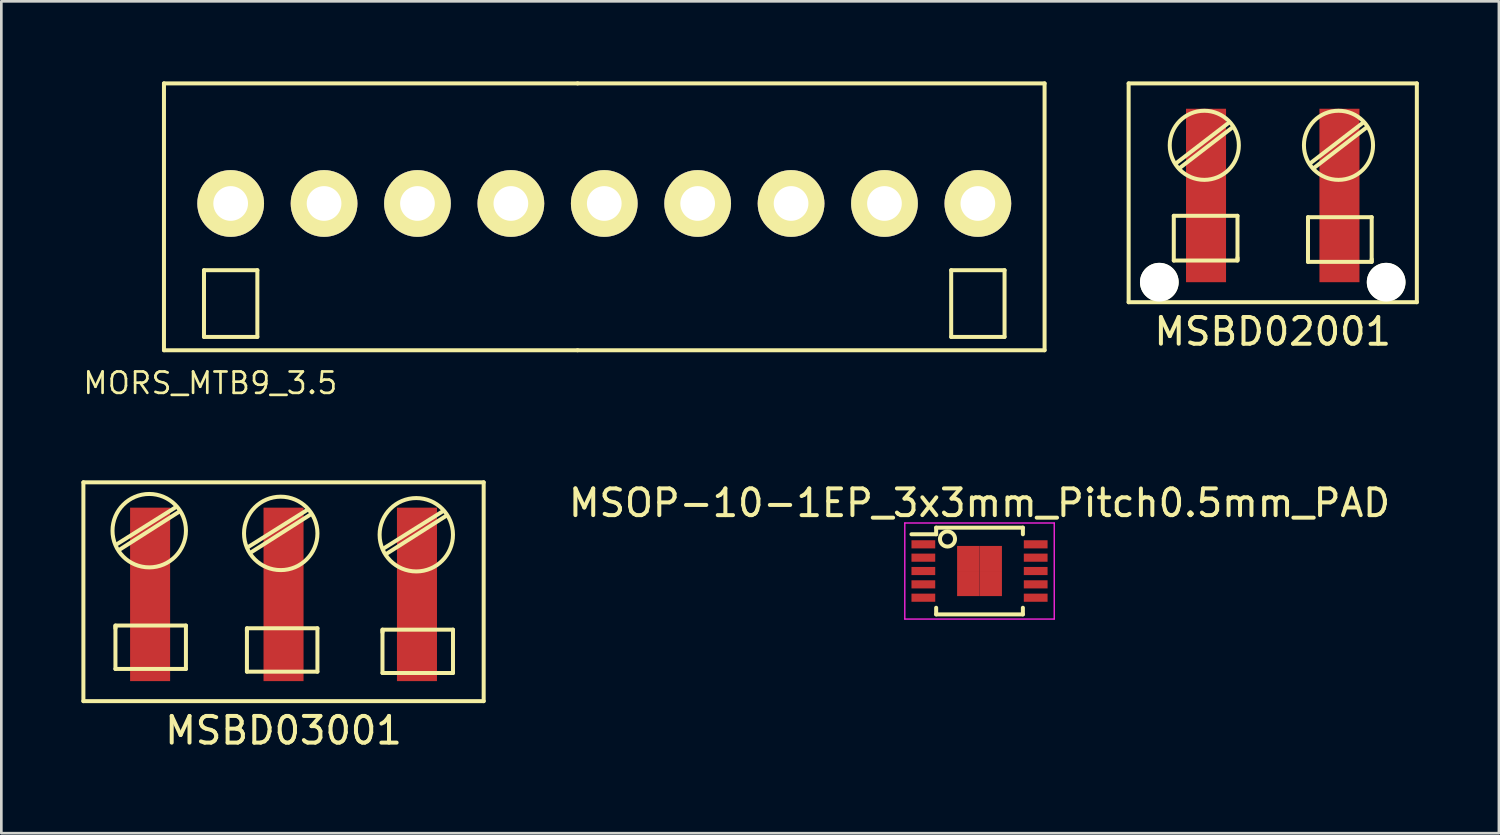
<source format=kicad_pcb>
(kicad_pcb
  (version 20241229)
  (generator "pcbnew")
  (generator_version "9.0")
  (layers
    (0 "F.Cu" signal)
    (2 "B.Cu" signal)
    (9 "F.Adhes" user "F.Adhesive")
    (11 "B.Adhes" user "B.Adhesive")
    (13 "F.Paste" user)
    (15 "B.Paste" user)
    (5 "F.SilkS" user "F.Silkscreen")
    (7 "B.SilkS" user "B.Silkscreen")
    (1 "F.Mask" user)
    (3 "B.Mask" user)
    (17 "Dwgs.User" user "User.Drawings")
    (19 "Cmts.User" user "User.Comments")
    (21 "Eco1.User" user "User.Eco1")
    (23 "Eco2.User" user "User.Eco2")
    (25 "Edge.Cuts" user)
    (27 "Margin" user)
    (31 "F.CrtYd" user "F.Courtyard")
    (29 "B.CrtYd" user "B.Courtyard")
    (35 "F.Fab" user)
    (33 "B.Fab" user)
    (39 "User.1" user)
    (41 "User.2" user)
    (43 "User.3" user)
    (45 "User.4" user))
  (footprint "MSBD02001"
    (layer "F.Cu")
    (at 44.644 4.275)
    (property "Reference" "MSBD02001" (at 0 5.1 0) (layer "F.SilkS") (effects (font (size 1 1) (thickness 0.15))))
    (attr through_hole)
    (fp_line (start -5.4 -4.2) (end 5.4 -4.2) (stroke (width 0.15) (type solid)) (layer "F.SilkS"))
    (fp_line (start -5.4 4) (end -5.4 -4.2) (stroke (width 0.15) (type solid)) (layer "F.SilkS"))
    (fp_line (start -3.708 0.762) (end -3.708 2.438) (stroke (width 0.15) (type solid)) (layer "F.SilkS"))
    (fp_line (start -3.708 2.438) (end -1.321 2.438) (stroke (width 0.15) (type solid)) (layer "F.SilkS"))
    (fp_line (start -3.607 -1.219) (end -1.626 -2.743) (stroke (width 0.15) (type solid)) (layer "F.SilkS"))
    (fp_line (start -3.505 -1.016) (end -1.524 -2.54) (stroke (width 0.15) (type solid)) (layer "F.SilkS"))
    (fp_line (start -1.321 0.762) (end -3.708 0.762) (stroke (width 0.15) (type solid)) (layer "F.SilkS"))
    (fp_line (start -1.321 2.388) (end -1.321 0.762) (stroke (width 0.15) (type solid)) (layer "F.SilkS"))
    (fp_line (start -1.321 2.438) (end -1.321 2.337) (stroke (width 0.15) (type solid)) (layer "F.SilkS"))
    (fp_line (start 1.321 0.813) (end 1.321 2.489) (stroke (width 0.15) (type solid)) (layer "F.SilkS"))
    (fp_line (start 1.321 2.489) (end 3.708 2.489) (stroke (width 0.15) (type solid)) (layer "F.SilkS"))
    (fp_line (start 1.422 -1.219) (end 3.404 -2.743) (stroke (width 0.15) (type solid)) (layer "F.SilkS"))
    (fp_line (start 1.524 -1.016) (end 3.505 -2.54) (stroke (width 0.15) (type solid)) (layer "F.SilkS"))
    (fp_line (start 3.708 0.813) (end 1.321 0.813) (stroke (width 0.15) (type solid)) (layer "F.SilkS"))
    (fp_line (start 3.708 2.438) (end 3.708 0.813) (stroke (width 0.15) (type solid)) (layer "F.SilkS"))
    (fp_line (start 3.708 2.489) (end 3.708 2.388) (stroke (width 0.15) (type solid)) (layer "F.SilkS"))
    (fp_line (start 5.4 -4.2) (end 5.4 4) (stroke (width 0.15) (type solid)) (layer "F.SilkS"))
    (fp_line (start 5.4 4) (end -5.4 4) (stroke (width 0.15) (type solid)) (layer "F.SilkS"))
    (fp_circle (center -2.565 -1.88) (end -1.397 -1.321) (stroke (width 0.15) (type solid)) (fill no) (layer "F.SilkS"))
    (fp_circle (center 2.464 -1.88) (end 3.632 -1.321) (stroke (width 0.15) (type solid)) (fill no) (layer "F.SilkS"))
    (pad "" np_thru_hole circle (at -4.25 3.25) (size 1.45 1.45) (drill 1.45) (layers "*.Cu" "*.Mask" "F.SilkS"))
    (pad "" np_thru_hole circle (at 4.25 3.25) (size 1.45 1.45) (drill 1.45) (layers "*.Cu" "*.Mask" "F.SilkS"))
    (pad "1" smd rect (at 2.5 0) (size 1.5 6.5) (layers "F.Cu" "F.Mask" "F.Paste"))
    (pad "2" smd rect (at -2.5 0) (size 1.5 6.5) (layers "F.Cu" "F.Mask" "F.Paste")))
  (footprint "MSBD03001"
    (layer "F.Cu")
    (at 7.575 19.224)
    (property "Reference" "MSBD03001" (at 0 5.1 0) (layer "F.SilkS") (effects (font (size 1 1) (thickness 0.15))))
    (attr through_hole)
    (fp_line (start -7.5 -4.2) (end 7.5 -4.2) (stroke (width 0.15) (type solid)) (layer "F.SilkS"))
    (fp_line (start -7.5 4) (end -7.5 -4.2) (stroke (width 0.15) (type solid)) (layer "F.SilkS"))
    (fp_line (start -6.299 1.168) (end -6.299 1.27) (stroke (width 0.15) (type solid)) (layer "F.SilkS"))
    (fp_line (start -6.299 1.219) (end -6.299 2.794) (stroke (width 0.15) (type solid)) (layer "F.SilkS"))
    (fp_line (start -6.299 2.794) (end -3.658 2.794) (stroke (width 0.15) (type solid)) (layer "F.SilkS"))
    (fp_line (start -6.248 -1.88) (end -4.064 -3.251) (stroke (width 0.15) (type solid)) (layer "F.SilkS"))
    (fp_line (start -6.147 -1.676) (end -3.912 -3.099) (stroke (width 0.15) (type solid)) (layer "F.SilkS"))
    (fp_line (start -3.658 1.168) (end -6.299 1.168) (stroke (width 0.15) (type solid)) (layer "F.SilkS"))
    (fp_line (start -3.658 2.794) (end -3.658 1.168) (stroke (width 0.15) (type solid)) (layer "F.SilkS"))
    (fp_line (start -1.372 1.27) (end -1.372 1.372) (stroke (width 0.15) (type solid)) (layer "F.SilkS"))
    (fp_line (start -1.372 1.321) (end -1.372 2.896) (stroke (width 0.15) (type solid)) (layer "F.SilkS"))
    (fp_line (start -1.372 2.896) (end 1.27 2.896) (stroke (width 0.15) (type solid)) (layer "F.SilkS"))
    (fp_line (start -1.321 -1.778) (end 0.864 -3.15) (stroke (width 0.15) (type solid)) (layer "F.SilkS"))
    (fp_line (start -1.219 -1.575) (end 1.016 -2.997) (stroke (width 0.15) (type solid)) (layer "F.SilkS"))
    (fp_line (start 1.27 1.27) (end -1.372 1.27) (stroke (width 0.15) (type solid)) (layer "F.SilkS"))
    (fp_line (start 1.27 2.896) (end 1.27 1.27) (stroke (width 0.15) (type solid)) (layer "F.SilkS"))
    (fp_line (start 3.708 1.321) (end 3.708 1.422) (stroke (width 0.15) (type solid)) (layer "F.SilkS"))
    (fp_line (start 3.708 1.372) (end 3.708 2.946) (stroke (width 0.15) (type solid)) (layer "F.SilkS"))
    (fp_line (start 3.708 2.946) (end 6.35 2.946) (stroke (width 0.15) (type solid)) (layer "F.SilkS"))
    (fp_line (start 3.759 -1.727) (end 5.944 -3.099) (stroke (width 0.15) (type solid)) (layer "F.SilkS"))
    (fp_line (start 3.861 -1.524) (end 6.096 -2.946) (stroke (width 0.15) (type solid)) (layer "F.SilkS"))
    (fp_line (start 6.35 1.321) (end 3.708 1.321) (stroke (width 0.15) (type solid)) (layer "F.SilkS"))
    (fp_line (start 6.35 2.946) (end 6.35 1.321) (stroke (width 0.15) (type solid)) (layer "F.SilkS"))
    (fp_line (start 7.5 -4.2) (end 7.5 4) (stroke (width 0.15) (type solid)) (layer "F.SilkS"))
    (fp_line (start 7.5 4) (end -7.5 4) (stroke (width 0.15) (type solid)) (layer "F.SilkS"))
    (fp_circle (center -5.033 -2.388) (end -4.931 -1.016) (stroke (width 0.15) (type solid)) (fill no) (layer "F.SilkS"))
    (fp_circle (center -0.105 -2.286) (end -0.004 -0.914) (stroke (width 0.15) (type solid)) (fill no) (layer "F.SilkS"))
    (fp_circle (center 4.975 -2.235) (end 5.076 -0.864) (stroke (width 0.15) (type solid)) (fill no) (layer "F.SilkS"))
    (pad "1" smd rect (at 5 0) (size 1.5 6.5) (layers "F.Cu" "F.Mask" "F.Paste"))
    (pad "2" smd rect (at 0 0) (size 1.5 6.5) (layers "F.Cu" "F.Mask" "F.Paste"))
    (pad "3" smd rect (at -5 0) (size 1.5 6.5) (layers "F.Cu" "F.Mask" "F.Paste")))
  (footprint "MSOP-10-1EP_3x3mm_Pitch0.5mm_PAD"
    (layer "F.Cu")
    (at 33.656 18.348)
    (property "Reference" "MSOP-10-1EP_3x3mm_Pitch0.5mm_PAD" (at 0 -2.55 0) (layer "F.SilkS") (effects (font (size 1 1) (thickness 0.15))))
    (attr smd)
    (fp_line (start -1.625 -1.625) (end -1.625 -1.377) (stroke (width 0.15) (type solid)) (layer "F.SilkS"))
    (fp_line (start -1.625 -1.625) (end 1.625 -1.625) (stroke (width 0.15) (type solid)) (layer "F.SilkS"))
    (fp_line (start -1.625 -1.377) (end -2.55 -1.377) (stroke (width 0.15) (type solid)) (layer "F.SilkS"))
    (fp_line (start -1.625 1.625) (end -1.625 1.377) (stroke (width 0.15) (type solid)) (layer "F.SilkS"))
    (fp_line (start -1.625 1.625) (end 1.625 1.625) (stroke (width 0.15) (type solid)) (layer "F.SilkS"))
    (fp_line (start 1.625 -1.625) (end 1.625 -1.377) (stroke (width 0.15) (type solid)) (layer "F.SilkS"))
    (fp_line (start 1.625 1.625) (end 1.625 1.377) (stroke (width 0.15) (type solid)) (layer "F.SilkS"))
    (fp_circle (center -1.2 -1.2) (end -1 -1) (stroke (width 0.15) (type solid)) (fill no) (layer "F.SilkS"))
    (fp_line (start -2.8 -1.8) (end -2.8 1.8) (stroke (width 0.05) (type solid)) (layer "F.CrtYd"))
    (fp_line (start -2.8 -1.8) (end 2.8 -1.8) (stroke (width 0.05) (type solid)) (layer "F.CrtYd"))
    (fp_line (start -2.8 1.8) (end 2.8 1.8) (stroke (width 0.05) (type solid)) (layer "F.CrtYd"))
    (fp_line (start 2.8 -1.8) (end 2.8 1.8) (stroke (width 0.05) (type solid)) (layer "F.CrtYd"))
    (pad "1" smd rect (at -2.105 -1) (size 0.89 0.305) (layers "F.Cu" "F.Mask" "F.Paste"))
    (pad "2" smd rect (at -2.105 -0.5) (size 0.89 0.305) (layers "F.Cu" "F.Mask" "F.Paste"))
    (pad "3" smd rect (at -2.105 0) (size 0.89 0.305) (layers "F.Cu" "F.Mask" "F.Paste"))
    (pad "4" smd rect (at -2.105 0.5) (size 0.89 0.305) (layers "F.Cu" "F.Mask" "F.Paste"))
    (pad "5" smd rect (at -2.105 1) (size 0.89 0.305) (layers "F.Cu" "F.Mask" "F.Paste"))
    (pad "6" smd rect (at 2.105 1) (size 0.89 0.305) (layers "F.Cu" "F.Mask" "F.Paste"))
    (pad "7" smd rect (at 2.105 0.5) (size 0.89 0.305) (layers "F.Cu" "F.Mask" "F.Paste"))
    (pad "8" smd rect (at 2.105 0) (size 0.89 0.305) (layers "F.Cu" "F.Mask" "F.Paste"))
    (pad "9" smd rect (at 2.105 -0.5) (size 0.89 0.305) (layers "F.Cu" "F.Mask" "F.Paste"))
    (pad "10" smd rect (at 2.105 -1) (size 0.89 0.305) (layers "F.Cu" "F.Mask" "F.Paste"))
    (pad "11" smd rect (at -0.42 -0.47) (size 0.84 0.94) (layers "F.Cu" "F.Mask" "F.Paste"))
    (pad "11" smd rect (at -0.42 0.47) (size 0.84 0.94) (layers "F.Cu" "F.Mask" "F.Paste"))
    (pad "11" smd rect (at 0.42 -0.47) (size 0.84 0.94) (layers "F.Cu" "F.Mask" "F.Paste"))
    (pad "11" smd rect (at 0.42 0.47) (size 0.84 0.94) (layers "F.Cu" "F.Mask" "F.Paste")))
  (footprint "MORS_MTB9_3.5"
    (layer "F.Cu")
    (at 5.594 4.575)
    (property "Reference" "MORS_MTB9_3.5" (at -0.762 6.731 0) (layer "F.SilkS") (effects (font (size 0.8 0.8) (thickness 0.1))))
    (attr through_hole)
    (fp_line (start -2.5 -4.5) (end 13 -4.5) (stroke (width 0.15) (type solid)) (layer "F.SilkS"))
    (fp_line (start -2.5 5.5) (end -2.5 -4.5) (stroke (width 0.15) (type solid)) (layer "F.SilkS"))
    (fp_line (start -1 2.5) (end -1 5) (stroke (width 0.15) (type solid)) (layer "F.SilkS"))
    (fp_line (start -1 5) (end 1 5) (stroke (width 0.15) (type solid)) (layer "F.SilkS"))
    (fp_line (start 1 2.5) (end -1 2.5) (stroke (width 0.15) (type solid)) (layer "F.SilkS"))
    (fp_line (start 1 5) (end 1 2.5) (stroke (width 0.15) (type solid)) (layer "F.SilkS"))
    (fp_line (start 13 5.5) (end -2.5 5.5) (stroke (width 0.15) (type solid)) (layer "F.SilkS"))
    (fp_line (start 13 5.5) (end 30.5 5.5) (stroke (width 0.15) (type solid)) (layer "F.SilkS"))
    (fp_line (start 27 2.5) (end 27 5) (stroke (width 0.15) (type solid)) (layer "F.SilkS"))
    (fp_line (start 27 5) (end 29 5) (stroke (width 0.15) (type solid)) (layer "F.SilkS"))
    (fp_line (start 29 2.5) (end 27 2.5) (stroke (width 0.15) (type solid)) (layer "F.SilkS"))
    (fp_line (start 29 5) (end 29 2.5) (stroke (width 0.15) (type solid)) (layer "F.SilkS"))
    (fp_line (start 30.5 -4.5) (end 13 -4.5) (stroke (width 0.15) (type solid)) (layer "F.SilkS"))
    (fp_line (start 30.5 -4.5) (end 30.5 5.5) (stroke (width 0.15) (type solid)) (layer "F.SilkS"))
    (pad "1" thru_hole circle (at 0 0) (size 2.5 2.5) (drill 1.3) (layers "*.Cu" "*.Mask" "F.SilkS"))
    (pad "2" thru_hole circle (at 3.5 0) (size 2.5 2.5) (drill 1.3) (layers "*.Cu" "*.Mask" "F.SilkS"))
    (pad "3" thru_hole circle (at 7 0) (size 2.5 2.5) (drill 1.3) (layers "*.Cu" "*.Mask" "F.SilkS"))
    (pad "4" thru_hole circle (at 10.5 0) (size 2.5 2.5) (drill 1.3) (layers "*.Cu" "*.Mask" "F.SilkS"))
    (pad "5" thru_hole circle (at 14 0) (size 2.5 2.5) (drill 1.3) (layers "*.Cu" "*.Mask" "F.SilkS"))
    (pad "6" thru_hole circle (at 17.5 0) (size 2.5 2.5) (drill 1.3) (layers "*.Cu" "*.Mask" "F.SilkS"))
    (pad "7" thru_hole circle (at 21 0) (size 2.5 2.5) (drill 1.3) (layers "*.Cu" "*.Mask" "F.SilkS"))
    (pad "8" thru_hole circle (at 24.5 0) (size 2.5 2.5) (drill 1.3) (layers "*.Cu" "*.Mask" "F.SilkS"))
    (pad "9" thru_hole circle (at 28 0) (size 2.5 2.5) (drill 1.3) (layers "*.Cu" "*.Mask" "F.SilkS")))
  (gr_rect
    (start -3 -3)
    (end 53.119 28.173)
    (stroke (width 0.1) (type default))
    (fill no)
    (layer "Edge.Cuts")))
</source>
